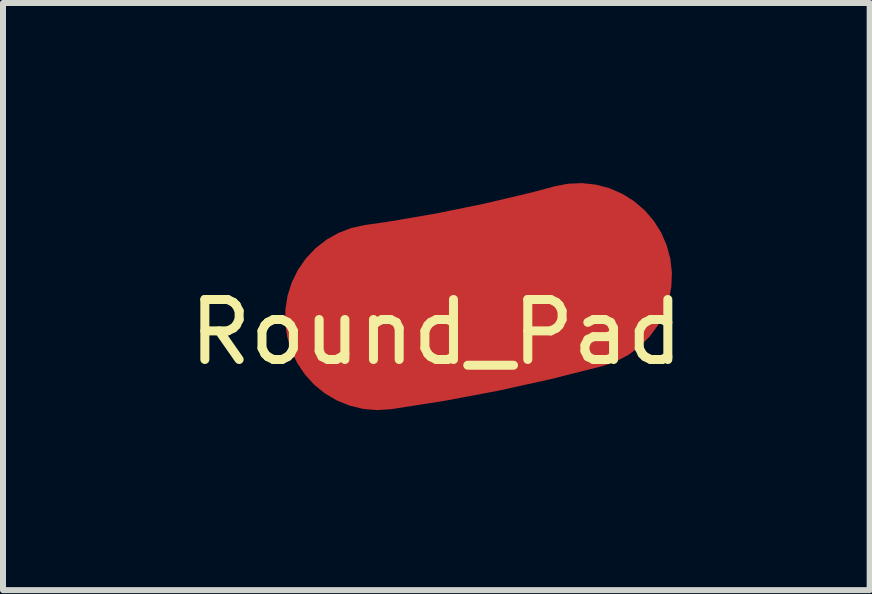
<source format=kicad_pcb>
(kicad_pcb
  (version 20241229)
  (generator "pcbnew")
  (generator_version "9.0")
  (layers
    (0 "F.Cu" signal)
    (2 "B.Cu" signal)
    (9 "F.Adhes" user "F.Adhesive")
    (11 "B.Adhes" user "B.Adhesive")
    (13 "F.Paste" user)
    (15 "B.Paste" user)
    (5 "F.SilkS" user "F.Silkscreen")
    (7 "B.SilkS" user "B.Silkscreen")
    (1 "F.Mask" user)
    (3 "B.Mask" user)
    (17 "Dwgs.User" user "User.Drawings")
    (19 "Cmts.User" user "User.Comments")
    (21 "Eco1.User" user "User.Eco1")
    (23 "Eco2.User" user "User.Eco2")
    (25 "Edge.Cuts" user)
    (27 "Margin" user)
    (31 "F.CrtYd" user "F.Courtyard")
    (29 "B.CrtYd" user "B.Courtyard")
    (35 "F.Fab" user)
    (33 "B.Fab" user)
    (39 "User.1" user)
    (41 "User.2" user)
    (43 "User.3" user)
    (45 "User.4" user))
  (footprint "Round_Pad"
    (layer "F.Cu")
    (at 4.22 2.985)
    (property "Reference" "Round_Pad" (at 0 -0.5 0) (unlocked yes) (layer "F.SilkS") (effects (font (size 1 1) (thickness 0.15))))
    (attr smd)
    (pad "1" smd custom (at 0.12 -1.45) (size 1 1) (layers "F.Cu" "F.Mask" "F.Paste") (options (anchor rect)) (primitives (gr_arc (start 2.256009 0.015119) (mid 0.593242 0.407699) (end -1.090391 0.698037) (width 3.1)))))
  (gr_rect
    (start -3 -3)
    (end 11.44 6.783)
    (stroke (width 0.1) (type default))
    (fill no)
    (layer "Edge.Cuts")))
</source>
